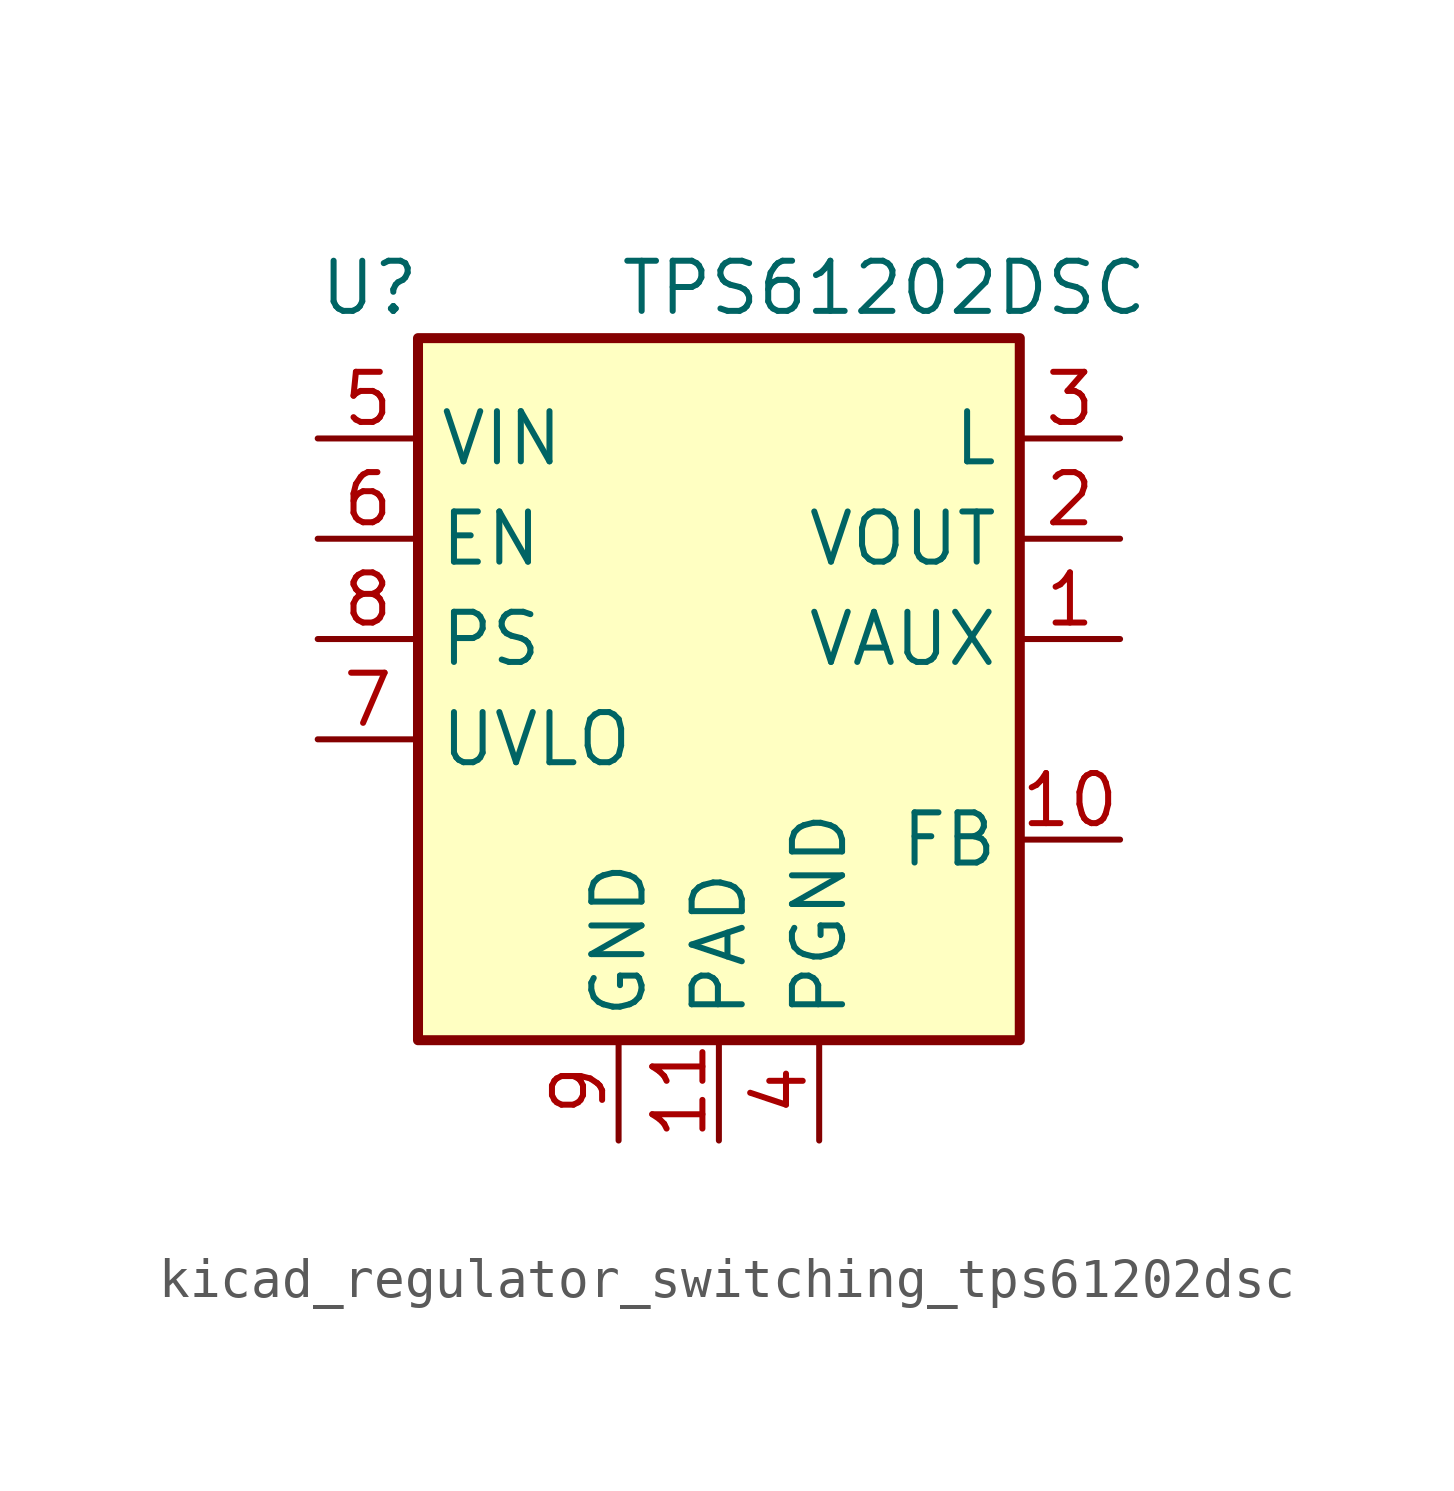
<source format=kicad_sym>
(kicad_symbol_lib
  (version 20220914)
  (generator kicad_symbol_editor)
  (symbol "kicad_regulator_switching_tps61202dsc"
    (property "Reference" "U"
      (at -10.16 8.89 0)
      (effects (font (size 1.27 1.27)) (justify left)))
    (property "Value" "TPS61202DSC"
      (at -2.54 8.89 0)
      (effects (font (size 1.27 1.27)) (justify left)))
    (symbol "kicad_regulator_switching_tps61202dsc_0_1"
      (rectangle (start -7.62 7.62) (end 7.62 -10.16) (stroke (width 0.254) (type default)) (fill (type background))))
    (symbol "kicad_regulator_switching_tps61202dsc_1_1"
      (pin bidirectional line (at 10.16 0 180) (length 2.54) (name "VAUX" (effects (font (size 1.27 1.27)))) (number "1" (effects (font (size 1.27 1.27)))))
      (pin input line (at 10.16 -5.08 180) (length 2.54) (name "FB" (effects (font (size 1.27 1.27)))) (number "10" (effects (font (size 1.27 1.27)))))
      (pin power_in line (at 0 -12.7 90) (length 2.54) (name "PAD" (effects (font (size 1.27 1.27)))) (number "11" (effects (font (size 1.27 1.27)))))
      (pin power_out line (at 10.16 2.54 180) (length 2.54) (name "VOUT" (effects (font (size 1.27 1.27)))) (number "2" (effects (font (size 1.27 1.27)))))
      (pin input line (at 10.16 5.08 180) (length 2.54) (name "L" (effects (font (size 1.27 1.27)))) (number "3" (effects (font (size 1.27 1.27)))))
      (pin power_in line (at 2.54 -12.7 90) (length 2.54) (name "PGND" (effects (font (size 1.27 1.27)))) (number "4" (effects (font (size 1.27 1.27)))))
      (pin power_in line (at -10.16 5.08 0) (length 2.54) (name "VIN" (effects (font (size 1.27 1.27)))) (number "5" (effects (font (size 1.27 1.27)))))
      (pin input line (at -10.16 2.54 0) (length 2.54) (name "EN" (effects (font (size 1.27 1.27)))) (number "6" (effects (font (size 1.27 1.27)))))
      (pin input line (at -10.16 -2.54 0) (length 2.54) (name "UVLO" (effects (font (size 1.27 1.27)))) (number "7" (effects (font (size 1.27 1.27)))))
      (pin input line (at -10.16 0 0) (length 2.54) (name "PS" (effects (font (size 1.27 1.27)))) (number "8" (effects (font (size 1.27 1.27)))))
      (pin power_in line (at -2.54 -12.7 90) (length 2.54) (name "GND" (effects (font (size 1.27 1.27)))) (number "9" (effects (font (size 1.27 1.27))))))))
</source>
